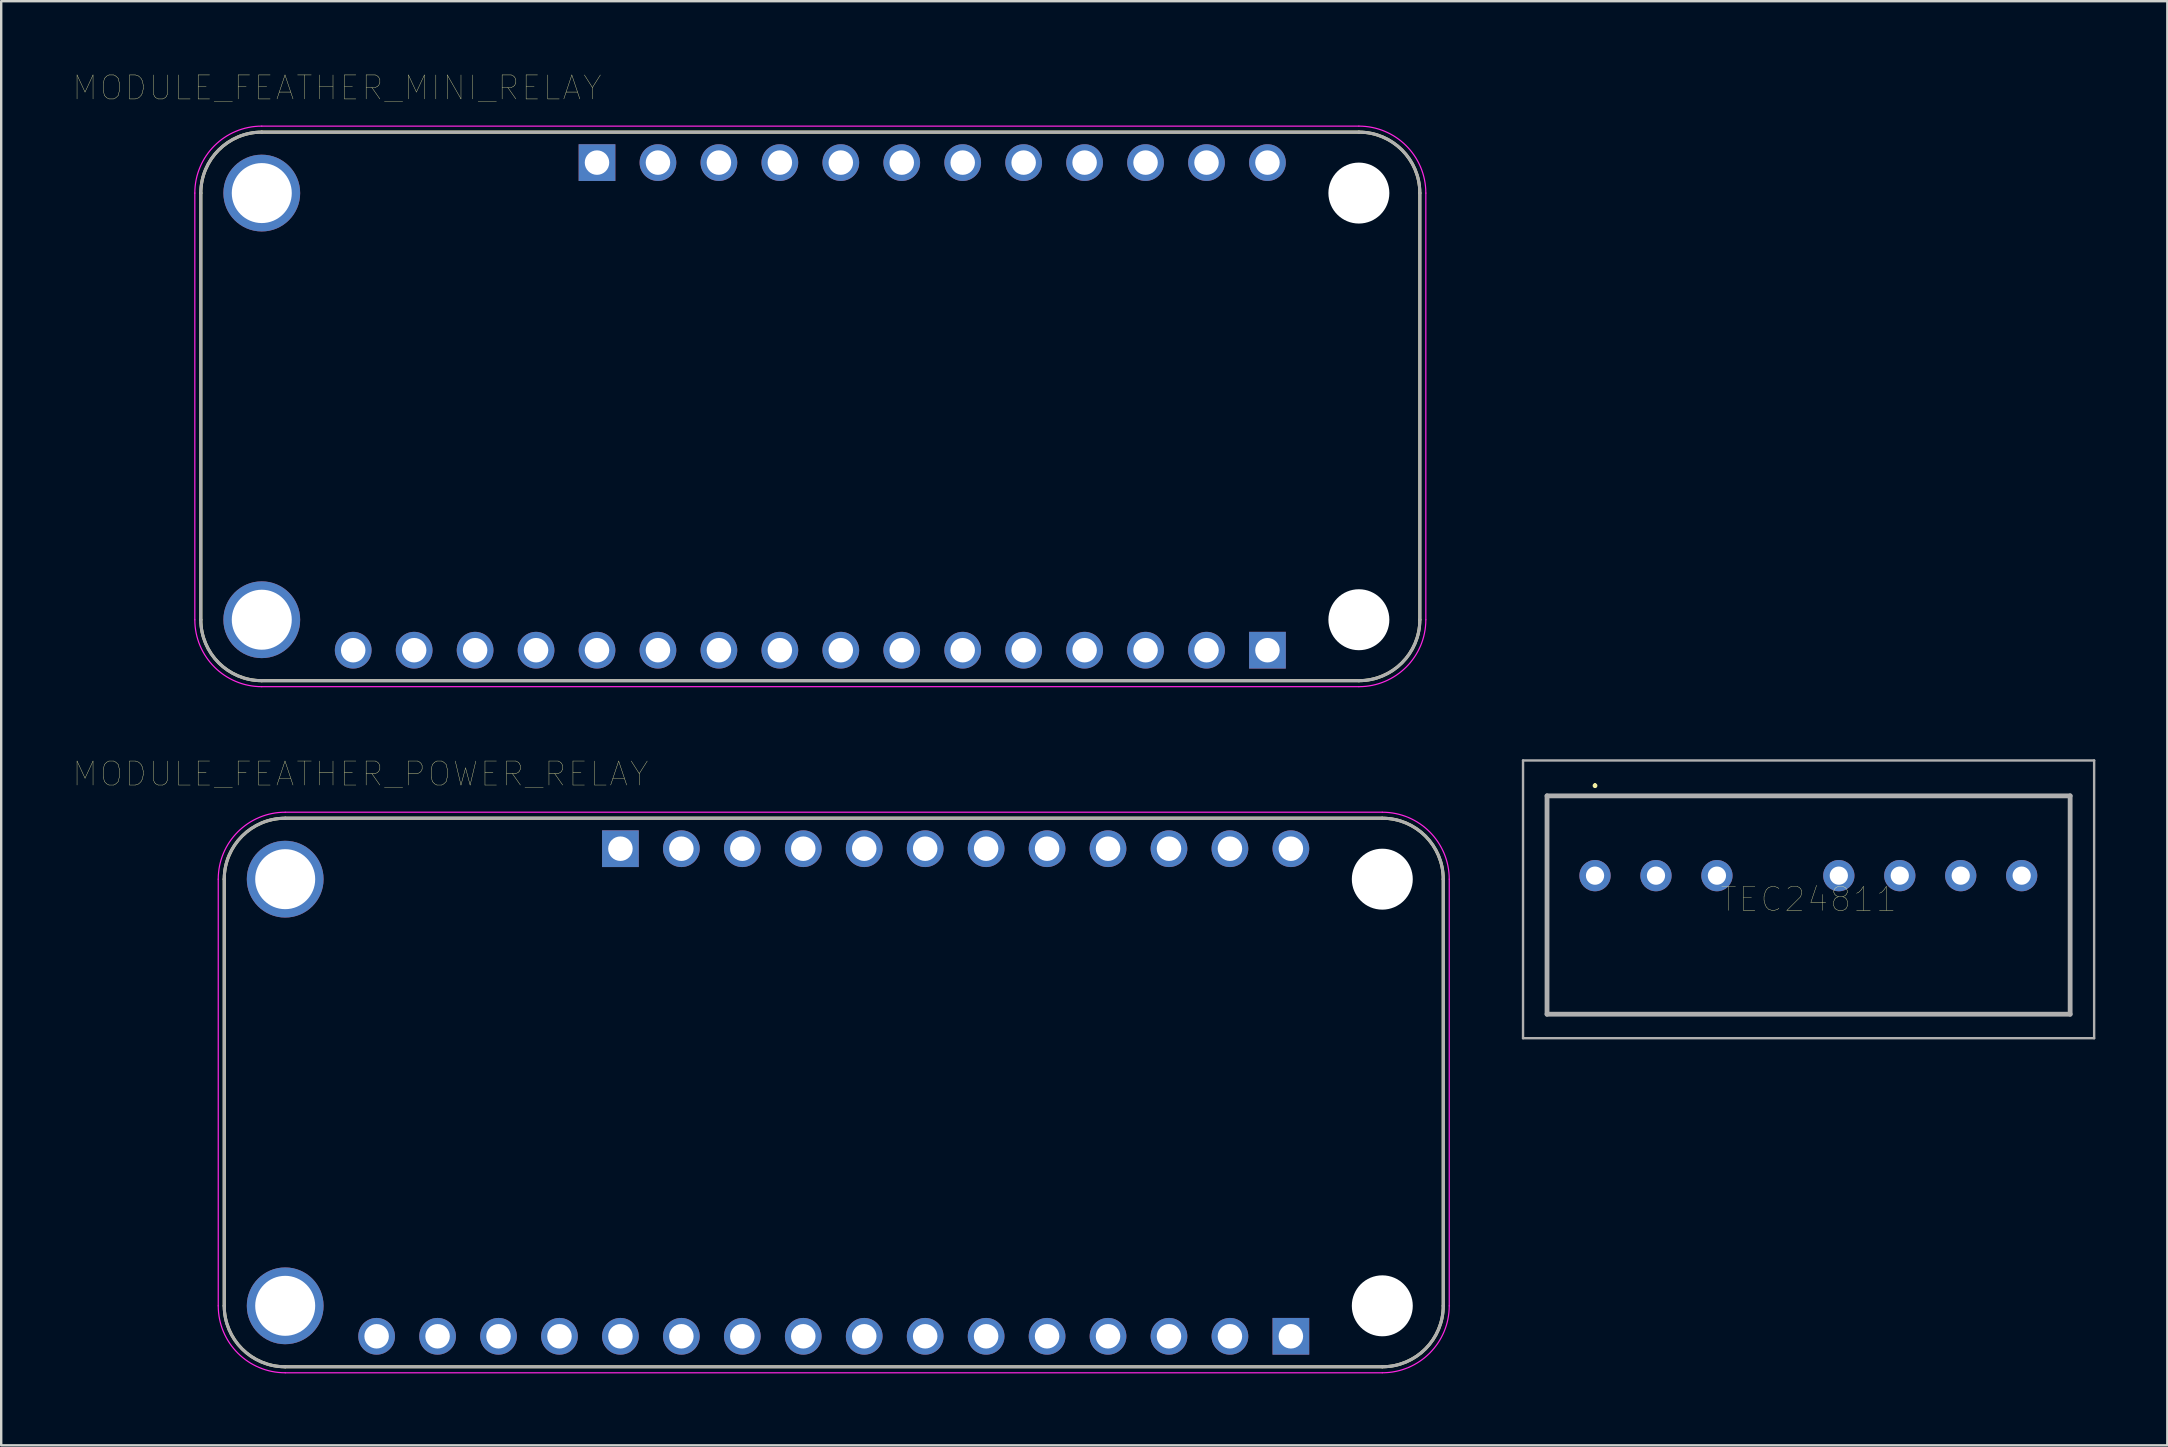
<source format=kicad_pcb>
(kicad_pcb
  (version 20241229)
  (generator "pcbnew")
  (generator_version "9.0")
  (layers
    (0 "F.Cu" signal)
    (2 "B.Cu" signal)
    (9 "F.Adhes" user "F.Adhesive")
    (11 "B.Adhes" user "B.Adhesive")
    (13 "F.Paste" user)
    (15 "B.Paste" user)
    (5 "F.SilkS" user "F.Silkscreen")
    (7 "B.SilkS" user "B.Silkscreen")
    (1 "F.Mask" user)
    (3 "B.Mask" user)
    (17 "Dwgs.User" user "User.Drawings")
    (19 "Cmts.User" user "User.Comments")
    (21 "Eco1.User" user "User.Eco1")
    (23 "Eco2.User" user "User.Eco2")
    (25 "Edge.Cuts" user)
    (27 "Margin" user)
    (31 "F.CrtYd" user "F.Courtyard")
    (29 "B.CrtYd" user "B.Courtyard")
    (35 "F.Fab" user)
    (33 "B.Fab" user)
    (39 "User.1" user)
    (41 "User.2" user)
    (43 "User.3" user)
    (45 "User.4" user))
  (footprint "MODULE_FEATHER_POWER_RELAY"
    (layer "F.Cu")
    (at 31.695 42.478)
    (property "Reference" "MODULE_FEATHER_POWER_RELAY" (at -19.725 -13.275 0) (layer "F.SilkS") (effects (font (size 1 1) (thickness 0.015))))
    (attr through_hole)
    (fp_line (start -25.4 8.89) (end -25.4 -8.89) (stroke (width 0.127) (type solid)) (layer "F.SilkS"))
    (fp_line (start -22.86 -11.43) (end 22.86 -11.43) (stroke (width 0.127) (type solid)) (layer "F.SilkS"))
    (fp_line (start 22.86 11.43) (end -22.86 11.43) (stroke (width 0.127) (type solid)) (layer "F.SilkS"))
    (fp_line (start 25.4 -8.89) (end 25.4 8.89) (stroke (width 0.127) (type solid)) (layer "F.SilkS"))
    (fp_arc (start -25.4 -8.89) (mid -24.656051 -10.686051) (end -22.86 -11.43) (stroke (width 0.127) (type solid)) (layer "F.SilkS"))
    (fp_arc (start -22.86 11.43) (mid -24.656051 10.686051) (end -25.4 8.89) (stroke (width 0.127) (type solid)) (layer "F.SilkS"))
    (fp_arc (start 22.86 -11.43) (mid 24.656051 -10.686051) (end 25.4 -8.89) (stroke (width 0.127) (type solid)) (layer "F.SilkS"))
    (fp_arc (start 25.4 8.89) (mid 24.656051 10.686051) (end 22.86 11.43) (stroke (width 0.127) (type solid)) (layer "F.SilkS"))
    (fp_line (start -25.65 -8.89) (end -25.65 8.89) (stroke (width 0.05) (type solid)) (layer "F.CrtYd"))
    (fp_line (start -22.86 11.68) (end 22.86 11.68) (stroke (width 0.05) (type solid)) (layer "F.CrtYd"))
    (fp_line (start 22.86 -11.68) (end -22.86 -11.68) (stroke (width 0.05) (type solid)) (layer "F.CrtYd"))
    (fp_line (start 25.65 8.89) (end 25.65 -8.89) (stroke (width 0.05) (type solid)) (layer "F.CrtYd"))
    (fp_arc (start -25.65 -8.89) (mid -24.832828 -10.862828) (end -22.86 -11.68) (stroke (width 0.05) (type solid)) (layer "F.CrtYd"))
    (fp_arc (start -22.86 11.68) (mid -24.832828 10.862828) (end -25.65 8.89) (stroke (width 0.05) (type solid)) (layer "F.CrtYd"))
    (fp_arc (start 22.86 -11.68) (mid 24.832828 -10.862828) (end 25.65 -8.89) (stroke (width 0.05) (type solid)) (layer "F.CrtYd"))
    (fp_arc (start 25.65 8.89) (mid 24.832828 10.862828) (end 22.86 11.68) (stroke (width 0.05) (type solid)) (layer "F.CrtYd"))
    (fp_line (start -25.4 8.89) (end -25.4 -8.89) (stroke (width 0.127) (type solid)) (layer "F.Fab"))
    (fp_line (start -22.86 -11.43) (end 22.86 -11.43) (stroke (width 0.127) (type solid)) (layer "F.Fab"))
    (fp_line (start 22.86 11.43) (end -22.86 11.43) (stroke (width 0.127) (type solid)) (layer "F.Fab"))
    (fp_line (start 25.4 -8.89) (end 25.4 8.89) (stroke (width 0.127) (type solid)) (layer "F.Fab"))
    (fp_arc (start -25.4 -8.89) (mid -24.656051 -10.686051) (end -22.86 -11.43) (stroke (width 0.127) (type solid)) (layer "F.Fab"))
    (fp_arc (start -22.86 11.43) (mid -24.656051 10.686051) (end -25.4 8.89) (stroke (width 0.127) (type solid)) (layer "F.Fab"))
    (fp_arc (start 22.86 -11.43) (mid 24.656051 -10.686051) (end 25.4 -8.89) (stroke (width 0.127) (type solid)) (layer "F.Fab"))
    (fp_arc (start 25.4 8.89) (mid 24.656051 10.686051) (end 22.86 11.43) (stroke (width 0.127) (type solid)) (layer "F.Fab"))
    (pad "" np_thru_hole circle (at 22.86 -8.89) (size 2.54 2.54) (drill 2.54) (layers "*.Cu" "*.Mask"))
    (pad "" np_thru_hole circle (at 22.86 8.89) (size 2.54 2.54) (drill 2.54) (layers "*.Cu" "*.Mask"))
    (pad "P$1" thru_hole circle (at -22.86 -8.89) (size 3.2 3.2) (drill 2.5) (layers "*.Cu" "*.Mask"))
    (pad "P$2" thru_hole circle (at -22.86 8.89) (size 3.2 3.2) (drill 2.5) (layers "*.Cu" "*.Mask"))
    (pad "P1_1" thru_hole rect (at 19.05 10.16) (size 1.53 1.53) (drill 1.02) (layers "*.Cu" "*.Mask"))
    (pad "P1_2" thru_hole circle (at 16.51 10.16) (size 1.53 1.53) (drill 1.02) (layers "*.Cu" "*.Mask"))
    (pad "P1_3" thru_hole circle (at 13.97 10.16) (size 1.53 1.53) (drill 1.02) (layers "*.Cu" "*.Mask"))
    (pad "P1_4" thru_hole circle (at 11.43 10.16) (size 1.53 1.53) (drill 1.02) (layers "*.Cu" "*.Mask"))
    (pad "P1_5" thru_hole circle (at 8.89 10.16) (size 1.53 1.53) (drill 1.02) (layers "*.Cu" "*.Mask"))
    (pad "P1_6" thru_hole circle (at 6.35 10.16) (size 1.53 1.53) (drill 1.02) (layers "*.Cu" "*.Mask"))
    (pad "P1_7" thru_hole circle (at 3.81 10.16) (size 1.53 1.53) (drill 1.02) (layers "*.Cu" "*.Mask"))
    (pad "P1_8" thru_hole circle (at 1.27 10.16) (size 1.53 1.53) (drill 1.02) (layers "*.Cu" "*.Mask"))
    (pad "P1_9" thru_hole circle (at -1.27 10.16) (size 1.53 1.53) (drill 1.02) (layers "*.Cu" "*.Mask"))
    (pad "P1_10" thru_hole circle (at -3.81 10.16) (size 1.53 1.53) (drill 1.02) (layers "*.Cu" "*.Mask"))
    (pad "P1_11" thru_hole circle (at -6.35 10.16) (size 1.53 1.53) (drill 1.02) (layers "*.Cu" "*.Mask"))
    (pad "P1_12" thru_hole circle (at -8.89 10.16) (size 1.53 1.53) (drill 1.02) (layers "*.Cu" "*.Mask"))
    (pad "P1_13" thru_hole circle (at -11.43 10.16) (size 1.53 1.53) (drill 1.02) (layers "*.Cu" "*.Mask"))
    (pad "P1_14" thru_hole circle (at -13.97 10.16) (size 1.53 1.53) (drill 1.02) (layers "*.Cu" "*.Mask"))
    (pad "P1_15" thru_hole circle (at -16.51 10.16) (size 1.53 1.53) (drill 1.02) (layers "*.Cu" "*.Mask"))
    (pad "P1_16" thru_hole circle (at -19.05 10.16) (size 1.53 1.53) (drill 1.02) (layers "*.Cu" "*.Mask"))
    (pad "P2_1" thru_hole rect (at -8.89 -10.16) (size 1.53 1.53) (drill 1.02) (layers "*.Cu" "*.Mask"))
    (pad "P2_2" thru_hole circle (at -6.35 -10.16) (size 1.53 1.53) (drill 1.02) (layers "*.Cu" "*.Mask"))
    (pad "P2_3" thru_hole circle (at -3.81 -10.16) (size 1.53 1.53) (drill 1.02) (layers "*.Cu" "*.Mask"))
    (pad "P2_4" thru_hole circle (at -1.27 -10.16) (size 1.53 1.53) (drill 1.02) (layers "*.Cu" "*.Mask"))
    (pad "P2_5" thru_hole circle (at 1.27 -10.16) (size 1.53 1.53) (drill 1.02) (layers "*.Cu" "*.Mask"))
    (pad "P2_6" thru_hole circle (at 3.81 -10.16) (size 1.53 1.53) (drill 1.02) (layers "*.Cu" "*.Mask"))
    (pad "P2_7" thru_hole circle (at 6.35 -10.16) (size 1.53 1.53) (drill 1.02) (layers "*.Cu" "*.Mask"))
    (pad "P2_8" thru_hole circle (at 8.89 -10.16) (size 1.53 1.53) (drill 1.02) (layers "*.Cu" "*.Mask"))
    (pad "P2_9" thru_hole circle (at 11.43 -10.16) (size 1.53 1.53) (drill 1.02) (layers "*.Cu" "*.Mask"))
    (pad "P2_10" thru_hole circle (at 13.97 -10.16) (size 1.53 1.53) (drill 1.02) (layers "*.Cu" "*.Mask"))
    (pad "P2_11" thru_hole circle (at 16.51 -10.16) (size 1.53 1.53) (drill 1.02) (layers "*.Cu" "*.Mask"))
    (pad "P2_12" thru_hole circle (at 19.05 -10.16) (size 1.53 1.53) (drill 1.02) (layers "*.Cu" "*.Mask")))
  (footprint "TEC24811"
    (layer "F.Cu")
    (at 63.42 33.441)
    (property "Reference" "TEC24811" (at 8.9 0.987 0) (layer "F.SilkS") (effects (font (size 1 1) (thickness 0.015))))
    (attr through_hole)
    (fp_line (start -2 -3.325) (end -2 5.775) (stroke (width 0.1) (type solid)) (layer "F.SilkS"))
    (fp_line (start -2 5.775) (end 19.8 5.775) (stroke (width 0.1) (type solid)) (layer "F.SilkS"))
    (fp_line (start 0 -3.8) (end 0 -3.8) (stroke (width 0.1) (type solid)) (layer "F.SilkS"))
    (fp_line (start 0 -3.7) (end 0 -3.7) (stroke (width 0.1) (type solid)) (layer "F.SilkS"))
    (fp_line (start 19.8 -3.325) (end -2 -3.325) (stroke (width 0.1) (type solid)) (layer "F.SilkS"))
    (fp_line (start 19.8 5.775) (end 19.8 -3.325) (stroke (width 0.1) (type solid)) (layer "F.SilkS"))
    (fp_arc (start 0 -3.8) (mid 0.05 -3.75) (end 0 -3.7) (stroke (width 0.1) (type solid)) (layer "F.SilkS"))
    (fp_arc (start 0 -3.7) (mid -0.05 -3.75) (end 0 -3.8) (stroke (width 0.1) (type solid)) (layer "F.SilkS"))
    (fp_line (start -3 -4.8) (end -3 6.775) (stroke (width 0.1) (type solid)) (layer "F.Fab"))
    (fp_line (start -3 6.775) (end 20.8 6.775) (stroke (width 0.1) (type solid)) (layer "F.Fab"))
    (fp_line (start -2 -3.325) (end -2 5.775) (stroke (width 0.2) (type solid)) (layer "F.Fab"))
    (fp_line (start -2 5.775) (end 19.8 5.775) (stroke (width 0.2) (type solid)) (layer "F.Fab"))
    (fp_line (start 19.8 -3.325) (end -2 -3.325) (stroke (width 0.2) (type solid)) (layer "F.Fab"))
    (fp_line (start 19.8 5.775) (end 19.8 -3.325) (stroke (width 0.2) (type solid)) (layer "F.Fab"))
    (fp_line (start 20.8 -4.8) (end -3 -4.8) (stroke (width 0.1) (type solid)) (layer "F.Fab"))
    (fp_line (start 20.8 6.775) (end 20.8 -4.8) (stroke (width 0.1) (type solid)) (layer "F.Fab"))
    (pad "1" thru_hole circle (at 0 0) (size 1.303 1.303) (drill 0.76) (layers "*.Cu" "*.Mask"))
    (pad "2" thru_hole circle (at 2.54 0) (size 1.303 1.303) (drill 0.76) (layers "*.Cu" "*.Mask"))
    (pad "3" thru_hole circle (at 5.08 0) (size 1.303 1.303) (drill 0.76) (layers "*.Cu" "*.Mask"))
    (pad "5" thru_hole circle (at 10.16 0) (size 1.303 1.303) (drill 0.76) (layers "*.Cu" "*.Mask"))
    (pad "6" thru_hole circle (at 12.7 0) (size 1.303 1.303) (drill 0.76) (layers "*.Cu" "*.Mask"))
    (pad "7" thru_hole circle (at 15.24 0) (size 1.303 1.303) (drill 0.76) (layers "*.Cu" "*.Mask"))
    (pad "8" thru_hole circle (at 17.78 0) (size 1.303 1.303) (drill 0.76) (layers "*.Cu" "*.Mask")))
  (footprint "MODULE_FEATHER_MINI_RELAY"
    (layer "F.Cu")
    (at 30.719 13.886)
    (property "Reference" "MODULE_FEATHER_MINI_RELAY" (at -19.725 -13.275 0) (layer "F.SilkS") (effects (font (size 1 1) (thickness 0.015))))
    (attr through_hole)
    (fp_line (start -25.4 8.89) (end -25.4 -8.89) (stroke (width 0.127) (type solid)) (layer "F.SilkS"))
    (fp_line (start -22.86 -11.43) (end 22.86 -11.43) (stroke (width 0.127) (type solid)) (layer "F.SilkS"))
    (fp_line (start 22.86 11.43) (end -22.86 11.43) (stroke (width 0.127) (type solid)) (layer "F.SilkS"))
    (fp_line (start 25.4 -8.89) (end 25.4 8.89) (stroke (width 0.127) (type solid)) (layer "F.SilkS"))
    (fp_arc (start -25.4 -8.89) (mid -24.656051 -10.686051) (end -22.86 -11.43) (stroke (width 0.127) (type solid)) (layer "F.SilkS"))
    (fp_arc (start -22.86 11.43) (mid -24.656051 10.686051) (end -25.4 8.89) (stroke (width 0.127) (type solid)) (layer "F.SilkS"))
    (fp_arc (start 22.86 -11.43) (mid 24.656051 -10.686051) (end 25.4 -8.89) (stroke (width 0.127) (type solid)) (layer "F.SilkS"))
    (fp_arc (start 25.4 8.89) (mid 24.656051 10.686051) (end 22.86 11.43) (stroke (width 0.127) (type solid)) (layer "F.SilkS"))
    (fp_line (start -25.65 -8.89) (end -25.65 8.89) (stroke (width 0.05) (type solid)) (layer "F.CrtYd"))
    (fp_line (start -22.86 11.68) (end 22.86 11.68) (stroke (width 0.05) (type solid)) (layer "F.CrtYd"))
    (fp_line (start 22.86 -11.68) (end -22.86 -11.68) (stroke (width 0.05) (type solid)) (layer "F.CrtYd"))
    (fp_line (start 25.65 8.89) (end 25.65 -8.89) (stroke (width 0.05) (type solid)) (layer "F.CrtYd"))
    (fp_arc (start -25.65 -8.89) (mid -24.832828 -10.862828) (end -22.86 -11.68) (stroke (width 0.05) (type solid)) (layer "F.CrtYd"))
    (fp_arc (start -22.86 11.68) (mid -24.832828 10.862828) (end -25.65 8.89) (stroke (width 0.05) (type solid)) (layer "F.CrtYd"))
    (fp_arc (start 22.86 -11.68) (mid 24.832828 -10.862828) (end 25.65 -8.89) (stroke (width 0.05) (type solid)) (layer "F.CrtYd"))
    (fp_arc (start 25.65 8.89) (mid 24.832828 10.862828) (end 22.86 11.68) (stroke (width 0.05) (type solid)) (layer "F.CrtYd"))
    (fp_line (start -25.4 8.89) (end -25.4 -8.89) (stroke (width 0.127) (type solid)) (layer "F.Fab"))
    (fp_line (start -22.86 -11.43) (end 22.86 -11.43) (stroke (width 0.127) (type solid)) (layer "F.Fab"))
    (fp_line (start 22.86 11.43) (end -22.86 11.43) (stroke (width 0.127) (type solid)) (layer "F.Fab"))
    (fp_line (start 25.4 -8.89) (end 25.4 8.89) (stroke (width 0.127) (type solid)) (layer "F.Fab"))
    (fp_arc (start -25.4 -8.89) (mid -24.656051 -10.686051) (end -22.86 -11.43) (stroke (width 0.127) (type solid)) (layer "F.Fab"))
    (fp_arc (start -22.86 11.43) (mid -24.656051 10.686051) (end -25.4 8.89) (stroke (width 0.127) (type solid)) (layer "F.Fab"))
    (fp_arc (start 22.86 -11.43) (mid 24.656051 -10.686051) (end 25.4 -8.89) (stroke (width 0.127) (type solid)) (layer "F.Fab"))
    (fp_arc (start 25.4 8.89) (mid 24.656051 10.686051) (end 22.86 11.43) (stroke (width 0.127) (type solid)) (layer "F.Fab"))
    (pad "" np_thru_hole circle (at 22.86 -8.89) (size 2.54 2.54) (drill 2.54) (layers "*.Cu" "*.Mask"))
    (pad "" np_thru_hole circle (at 22.86 8.89) (size 2.54 2.54) (drill 2.54) (layers "*.Cu" "*.Mask"))
    (pad "P$1" thru_hole circle (at -22.86 -8.89) (size 3.2 3.2) (drill 2.5) (layers "*.Cu" "*.Mask"))
    (pad "P$2" thru_hole circle (at -22.86 8.89) (size 3.2 3.2) (drill 2.5) (layers "*.Cu" "*.Mask"))
    (pad "P1_1" thru_hole rect (at 19.05 10.16) (size 1.53 1.53) (drill 1.02) (layers "*.Cu" "*.Mask"))
    (pad "P1_2" thru_hole circle (at 16.51 10.16) (size 1.53 1.53) (drill 1.02) (layers "*.Cu" "*.Mask"))
    (pad "P1_3" thru_hole circle (at 13.97 10.16) (size 1.53 1.53) (drill 1.02) (layers "*.Cu" "*.Mask"))
    (pad "P1_4" thru_hole circle (at 11.43 10.16) (size 1.53 1.53) (drill 1.02) (layers "*.Cu" "*.Mask"))
    (pad "P1_5" thru_hole circle (at 8.89 10.16) (size 1.53 1.53) (drill 1.02) (layers "*.Cu" "*.Mask"))
    (pad "P1_6" thru_hole circle (at 6.35 10.16) (size 1.53 1.53) (drill 1.02) (layers "*.Cu" "*.Mask"))
    (pad "P1_7" thru_hole circle (at 3.81 10.16) (size 1.53 1.53) (drill 1.02) (layers "*.Cu" "*.Mask"))
    (pad "P1_8" thru_hole circle (at 1.27 10.16) (size 1.53 1.53) (drill 1.02) (layers "*.Cu" "*.Mask"))
    (pad "P1_9" thru_hole circle (at -1.27 10.16) (size 1.53 1.53) (drill 1.02) (layers "*.Cu" "*.Mask"))
    (pad "P1_10" thru_hole circle (at -3.81 10.16) (size 1.53 1.53) (drill 1.02) (layers "*.Cu" "*.Mask"))
    (pad "P1_11" thru_hole circle (at -6.35 10.16) (size 1.53 1.53) (drill 1.02) (layers "*.Cu" "*.Mask"))
    (pad "P1_12" thru_hole circle (at -8.89 10.16) (size 1.53 1.53) (drill 1.02) (layers "*.Cu" "*.Mask"))
    (pad "P1_13" thru_hole circle (at -11.43 10.16) (size 1.53 1.53) (drill 1.02) (layers "*.Cu" "*.Mask"))
    (pad "P1_14" thru_hole circle (at -13.97 10.16) (size 1.53 1.53) (drill 1.02) (layers "*.Cu" "*.Mask"))
    (pad "P1_15" thru_hole circle (at -16.51 10.16) (size 1.53 1.53) (drill 1.02) (layers "*.Cu" "*.Mask"))
    (pad "P1_16" thru_hole circle (at -19.05 10.16) (size 1.53 1.53) (drill 1.02) (layers "*.Cu" "*.Mask"))
    (pad "P2_1" thru_hole rect (at -8.89 -10.16) (size 1.53 1.53) (drill 1.02) (layers "*.Cu" "*.Mask"))
    (pad "P2_2" thru_hole circle (at -6.35 -10.16) (size 1.53 1.53) (drill 1.02) (layers "*.Cu" "*.Mask"))
    (pad "P2_3" thru_hole circle (at -3.81 -10.16) (size 1.53 1.53) (drill 1.02) (layers "*.Cu" "*.Mask"))
    (pad "P2_4" thru_hole circle (at -1.27 -10.16) (size 1.53 1.53) (drill 1.02) (layers "*.Cu" "*.Mask"))
    (pad "P2_5" thru_hole circle (at 1.27 -10.16) (size 1.53 1.53) (drill 1.02) (layers "*.Cu" "*.Mask"))
    (pad "P2_6" thru_hole circle (at 3.81 -10.16) (size 1.53 1.53) (drill 1.02) (layers "*.Cu" "*.Mask"))
    (pad "P2_7" thru_hole circle (at 6.35 -10.16) (size 1.53 1.53) (drill 1.02) (layers "*.Cu" "*.Mask"))
    (pad "P2_8" thru_hole circle (at 8.89 -10.16) (size 1.53 1.53) (drill 1.02) (layers "*.Cu" "*.Mask"))
    (pad "P2_9" thru_hole circle (at 11.43 -10.16) (size 1.53 1.53) (drill 1.02) (layers "*.Cu" "*.Mask"))
    (pad "P2_10" thru_hole circle (at 13.97 -10.16) (size 1.53 1.53) (drill 1.02) (layers "*.Cu" "*.Mask"))
    (pad "P2_11" thru_hole circle (at 16.51 -10.16) (size 1.53 1.53) (drill 1.02) (layers "*.Cu" "*.Mask"))
    (pad "P2_12" thru_hole circle (at 19.05 -10.16) (size 1.53 1.53) (drill 1.02) (layers "*.Cu" "*.Mask")))
  (gr_rect
    (start -3 -3)
    (end 87.27 57.183)
    (stroke (width 0.1) (type default))
    (fill no)
    (layer "Edge.Cuts")))
</source>
